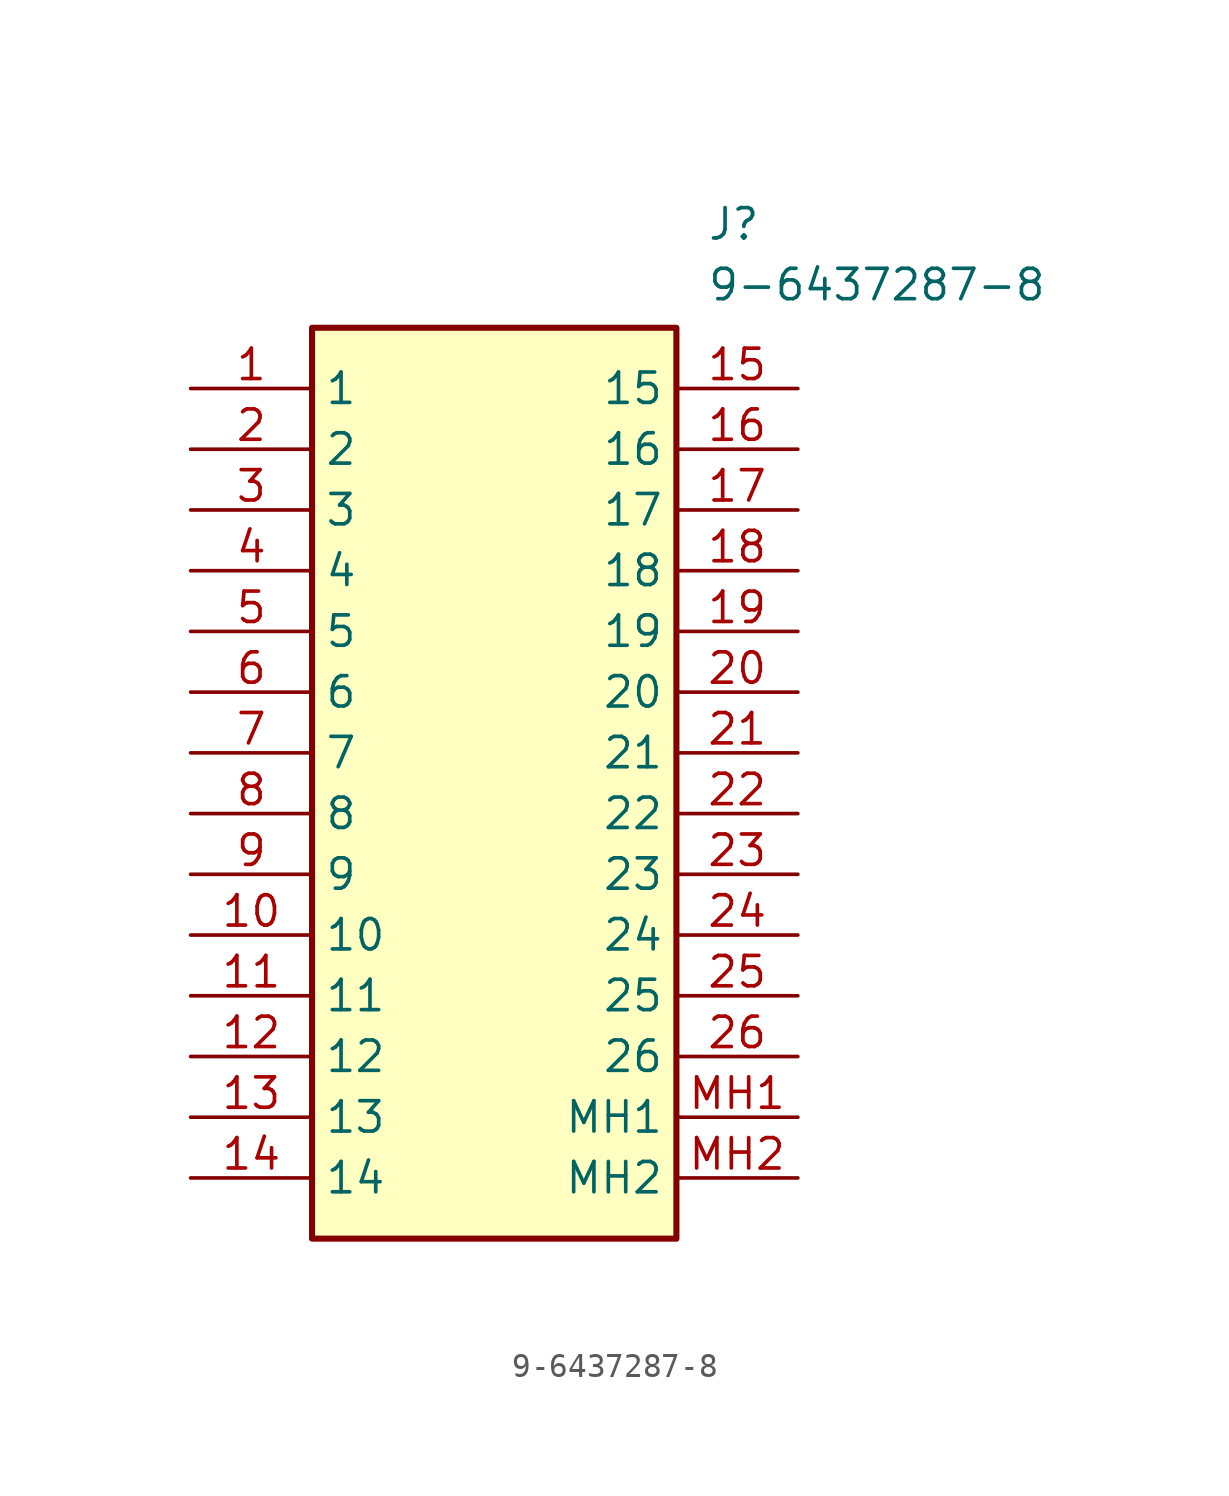
<source format=kicad_sym>
(kicad_symbol_lib
  (version 20211014)
  (generator SamacSys_ECAD_Model)
  (symbol "9-6437287-8"
    (property "Reference" "J"
      (at 21.59 7.62 0)
      (effects (font (size 1.27 1.27)) (justify left top)))
    (property "Value" "9-6437287-8"
      (at 21.59 5.08 0)
      (effects (font (size 1.27 1.27)) (justify left top)))
    (rectangle
      (start 5.08 2.54)
      (end 20.32 -35.56)
      (stroke (width 0.254) (type default))
      (fill (type background)))
    (pin passive line
      (at 0 0 0)
      (length 5.08)
      (name "1" (effects (font (size 1.27 1.27))))
      (number "1" (effects (font (size 1.27 1.27)))))
    (pin passive line
      (at 0 -2.54 0)
      (length 5.08)
      (name "2" (effects (font (size 1.27 1.27))))
      (number "2" (effects (font (size 1.27 1.27)))))
    (pin passive line
      (at 0 -5.08 0)
      (length 5.08)
      (name "3" (effects (font (size 1.27 1.27))))
      (number "3" (effects (font (size 1.27 1.27)))))
    (pin passive line
      (at 0 -7.62 0)
      (length 5.08)
      (name "4" (effects (font (size 1.27 1.27))))
      (number "4" (effects (font (size 1.27 1.27)))))
    (pin passive line
      (at 0 -10.16 0)
      (length 5.08)
      (name "5" (effects (font (size 1.27 1.27))))
      (number "5" (effects (font (size 1.27 1.27)))))
    (pin passive line
      (at 0 -12.7 0)
      (length 5.08)
      (name "6" (effects (font (size 1.27 1.27))))
      (number "6" (effects (font (size 1.27 1.27)))))
    (pin passive line
      (at 0 -15.24 0)
      (length 5.08)
      (name "7" (effects (font (size 1.27 1.27))))
      (number "7" (effects (font (size 1.27 1.27)))))
    (pin passive line
      (at 0 -17.78 0)
      (length 5.08)
      (name "8" (effects (font (size 1.27 1.27))))
      (number "8" (effects (font (size 1.27 1.27)))))
    (pin passive line
      (at 0 -20.32 0)
      (length 5.08)
      (name "9" (effects (font (size 1.27 1.27))))
      (number "9" (effects (font (size 1.27 1.27)))))
    (pin passive line
      (at 0 -22.86 0)
      (length 5.08)
      (name "10" (effects (font (size 1.27 1.27))))
      (number "10" (effects (font (size 1.27 1.27)))))
    (pin passive line
      (at 0 -25.4 0)
      (length 5.08)
      (name "11" (effects (font (size 1.27 1.27))))
      (number "11" (effects (font (size 1.27 1.27)))))
    (pin passive line
      (at 0 -27.94 0)
      (length 5.08)
      (name "12" (effects (font (size 1.27 1.27))))
      (number "12" (effects (font (size 1.27 1.27)))))
    (pin passive line
      (at 0 -30.48 0)
      (length 5.08)
      (name "13" (effects (font (size 1.27 1.27))))
      (number "13" (effects (font (size 1.27 1.27)))))
    (pin passive line
      (at 0 -33.02 0)
      (length 5.08)
      (name "14" (effects (font (size 1.27 1.27))))
      (number "14" (effects (font (size 1.27 1.27)))))
    (pin passive line
      (at 25.4 0 180)
      (length 5.08)
      (name "15" (effects (font (size 1.27 1.27))))
      (number "15" (effects (font (size 1.27 1.27)))))
    (pin passive line
      (at 25.4 -2.54 180)
      (length 5.08)
      (name "16" (effects (font (size 1.27 1.27))))
      (number "16" (effects (font (size 1.27 1.27)))))
    (pin passive line
      (at 25.4 -5.08 180)
      (length 5.08)
      (name "17" (effects (font (size 1.27 1.27))))
      (number "17" (effects (font (size 1.27 1.27)))))
    (pin passive line
      (at 25.4 -7.62 180)
      (length 5.08)
      (name "18" (effects (font (size 1.27 1.27))))
      (number "18" (effects (font (size 1.27 1.27)))))
    (pin passive line
      (at 25.4 -10.16 180)
      (length 5.08)
      (name "19" (effects (font (size 1.27 1.27))))
      (number "19" (effects (font (size 1.27 1.27)))))
    (pin passive line
      (at 25.4 -12.7 180)
      (length 5.08)
      (name "20" (effects (font (size 1.27 1.27))))
      (number "20" (effects (font (size 1.27 1.27)))))
    (pin passive line
      (at 25.4 -15.24 180)
      (length 5.08)
      (name "21" (effects (font (size 1.27 1.27))))
      (number "21" (effects (font (size 1.27 1.27)))))
    (pin passive line
      (at 25.4 -17.78 180)
      (length 5.08)
      (name "22" (effects (font (size 1.27 1.27))))
      (number "22" (effects (font (size 1.27 1.27)))))
    (pin passive line
      (at 25.4 -20.32 180)
      (length 5.08)
      (name "23" (effects (font (size 1.27 1.27))))
      (number "23" (effects (font (size 1.27 1.27)))))
    (pin passive line
      (at 25.4 -22.86 180)
      (length 5.08)
      (name "24" (effects (font (size 1.27 1.27))))
      (number "24" (effects (font (size 1.27 1.27)))))
    (pin passive line
      (at 25.4 -25.4 180)
      (length 5.08)
      (name "25" (effects (font (size 1.27 1.27))))
      (number "25" (effects (font (size 1.27 1.27)))))
    (pin passive line
      (at 25.4 -27.94 180)
      (length 5.08)
      (name "26" (effects (font (size 1.27 1.27))))
      (number "26" (effects (font (size 1.27 1.27)))))
    (pin passive line
      (at 25.4 -30.48 180)
      (length 5.08)
      (name "MH1" (effects (font (size 1.27 1.27))))
      (number "MH1" (effects (font (size 1.27 1.27)))))
    (pin passive line
      (at 25.4 -33.02 180)
      (length 5.08)
      (name "MH2" (effects (font (size 1.27 1.27))))
      (number "MH2" (effects (font (size 1.27 1.27)))))))
</source>
